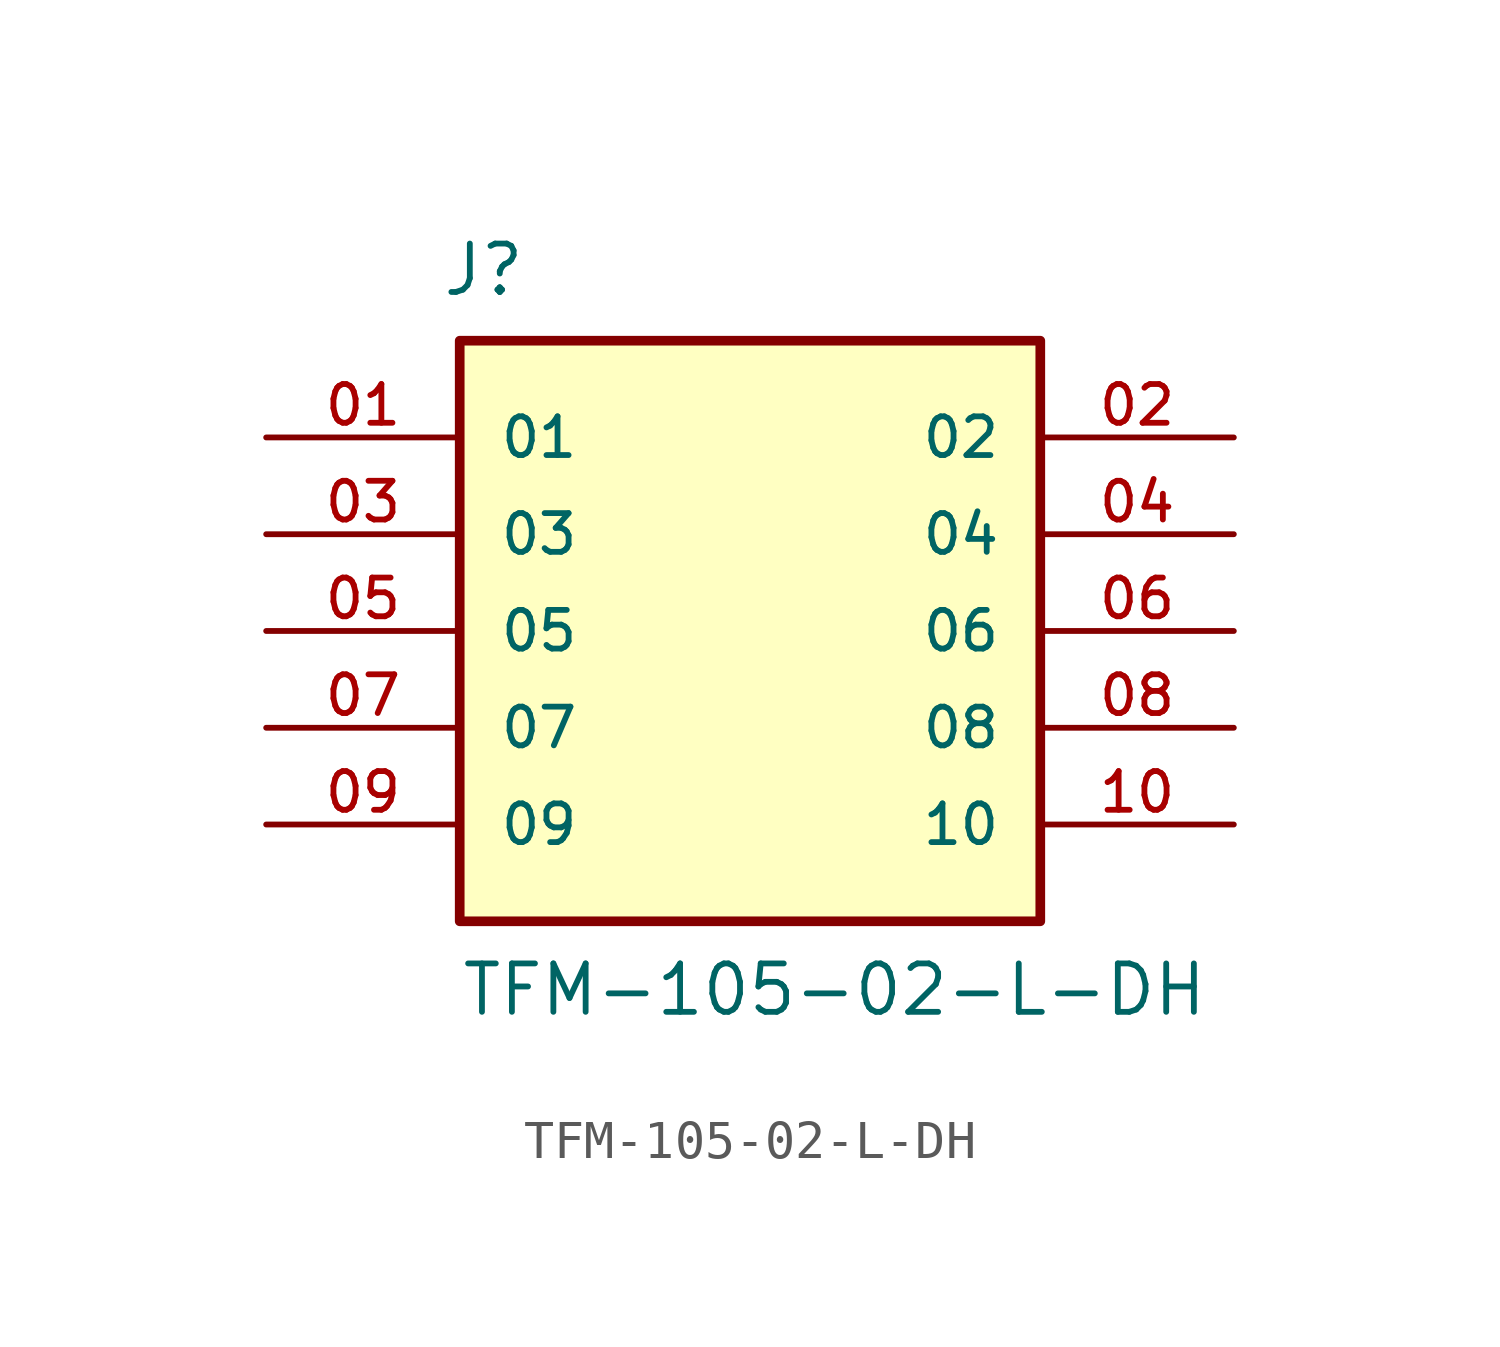
<source format=kicad_sym>
(kicad_symbol_lib
  (version 20211014)
  (generator kicad_symbol_editor)
  (symbol "TFM-105-02-L-DH"
    (pin_names
      (offset 1.016))
    (property "Reference" "J"
      (at -8.12 8.736 0)
      (effects (font (size 1.27 1.27)) (justify bottom left)))
    (property "Value" "TFM-105-02-L-DH"
      (at -7.62 -10.16 0)
      (effects (font (size 1.27 1.27)) (justify bottom left)))
    (symbol "TFM-105-02-L-DH_0_0"
      (rectangle (start -7.62 -7.62) (end 7.62 7.62) (stroke (width 0.254)) (fill (type background)))
      (pin passive line (at -12.7 5.08 0) (length 5.08) (name "01" (effects (font (size 1.016 1.016)))) (number "01" (effects (font (size 1.016 1.016)))))
      (pin passive line (at 12.7 5.08 180.0) (length 5.08) (name "02" (effects (font (size 1.016 1.016)))) (number "02" (effects (font (size 1.016 1.016)))))
      (pin passive line (at -12.7 2.54 0) (length 5.08) (name "03" (effects (font (size 1.016 1.016)))) (number "03" (effects (font (size 1.016 1.016)))))
      (pin passive line (at 12.7 2.54 180.0) (length 5.08) (name "04" (effects (font (size 1.016 1.016)))) (number "04" (effects (font (size 1.016 1.016)))))
      (pin passive line (at -12.7 0.0 0) (length 5.08) (name "05" (effects (font (size 1.016 1.016)))) (number "05" (effects (font (size 1.016 1.016)))))
      (pin passive line (at 12.7 0.0 180.0) (length 5.08) (name "06" (effects (font (size 1.016 1.016)))) (number "06" (effects (font (size 1.016 1.016)))))
      (pin passive line (at -12.7 -2.54 0) (length 5.08) (name "07" (effects (font (size 1.016 1.016)))) (number "07" (effects (font (size 1.016 1.016)))))
      (pin passive line (at 12.7 -2.54 180.0) (length 5.08) (name "08" (effects (font (size 1.016 1.016)))) (number "08" (effects (font (size 1.016 1.016)))))
      (pin passive line (at -12.7 -5.08 0) (length 5.08) (name "09" (effects (font (size 1.016 1.016)))) (number "09" (effects (font (size 1.016 1.016)))))
      (pin passive line (at 12.7 -5.08 180.0) (length 5.08) (name "10" (effects (font (size 1.016 1.016)))) (number "10" (effects (font (size 1.016 1.016))))))))
</source>
